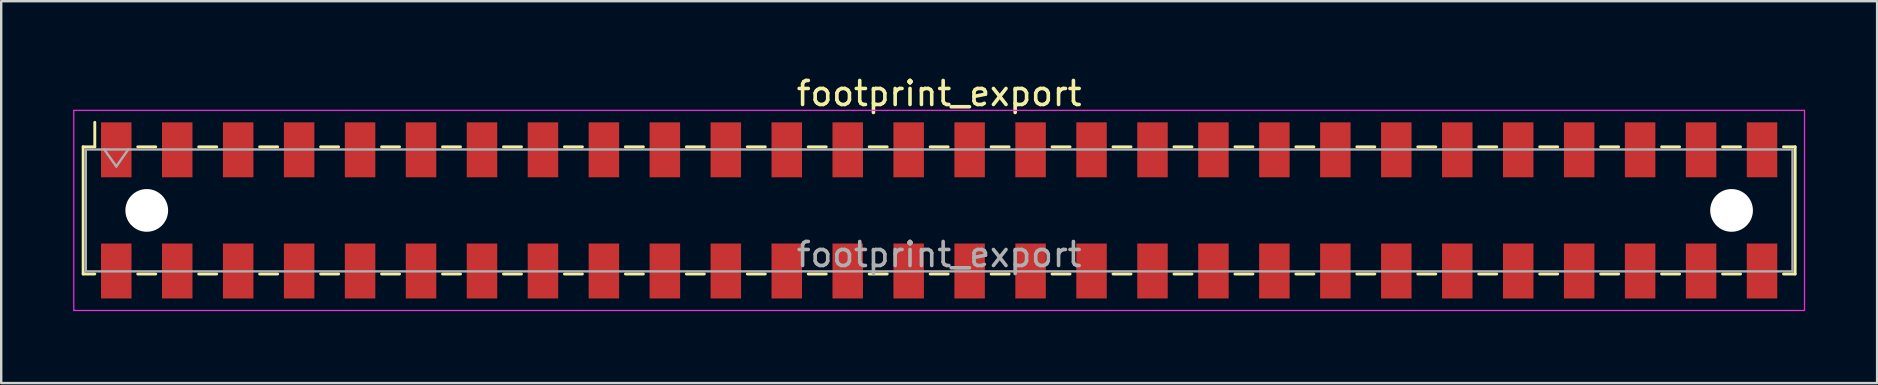
<source format=kicad_pcb>
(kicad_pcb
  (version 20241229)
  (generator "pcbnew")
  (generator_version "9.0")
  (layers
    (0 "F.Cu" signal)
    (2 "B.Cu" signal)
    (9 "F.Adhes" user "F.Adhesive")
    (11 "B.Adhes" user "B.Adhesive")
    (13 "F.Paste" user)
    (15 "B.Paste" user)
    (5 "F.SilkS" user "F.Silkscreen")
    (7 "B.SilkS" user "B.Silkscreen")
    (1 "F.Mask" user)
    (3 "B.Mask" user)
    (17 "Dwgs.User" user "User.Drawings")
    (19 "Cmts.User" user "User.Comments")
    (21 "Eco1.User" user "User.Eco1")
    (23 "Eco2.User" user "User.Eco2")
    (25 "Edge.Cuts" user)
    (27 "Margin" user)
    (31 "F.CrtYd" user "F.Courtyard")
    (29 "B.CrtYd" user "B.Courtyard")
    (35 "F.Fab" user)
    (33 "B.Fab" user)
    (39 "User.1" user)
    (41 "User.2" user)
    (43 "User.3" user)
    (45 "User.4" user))
  (footprint "footprint_export"
    (layer "F.Cu")
    (at 36.085 5.718)
    (property "Reference" "footprint_export" (at 0 -4.87 0) (layer "F.SilkS") (effects (font (size 1 1) (thickness 0.15))))
    (attr smd)
    (fp_line (start -35.67 -2.65) (end -35.67 2.65) (stroke (width 0.12) (type solid)) (layer "F.SilkS"))
    (fp_line (start -35.67 2.65) (end -35.185 2.65) (stroke (width 0.12) (type solid)) (layer "F.SilkS"))
    (fp_line (start -35.185 -3.67) (end -35.185 -2.65) (stroke (width 0.12) (type solid)) (layer "F.SilkS"))
    (fp_line (start -35.185 -2.65) (end -35.67 -2.65) (stroke (width 0.12) (type solid)) (layer "F.SilkS"))
    (fp_line (start -33.395 -2.65) (end -32.645 -2.65) (stroke (width 0.12) (type solid)) (layer "F.SilkS"))
    (fp_line (start -33.395 2.65) (end -32.645 2.65) (stroke (width 0.12) (type solid)) (layer "F.SilkS"))
    (fp_line (start -30.855 -2.65) (end -30.105 -2.65) (stroke (width 0.12) (type solid)) (layer "F.SilkS"))
    (fp_line (start -30.855 2.65) (end -30.105 2.65) (stroke (width 0.12) (type solid)) (layer "F.SilkS"))
    (fp_line (start -28.315 -2.65) (end -27.565 -2.65) (stroke (width 0.12) (type solid)) (layer "F.SilkS"))
    (fp_line (start -28.315 2.65) (end -27.565 2.65) (stroke (width 0.12) (type solid)) (layer "F.SilkS"))
    (fp_line (start -25.775 -2.65) (end -25.025 -2.65) (stroke (width 0.12) (type solid)) (layer "F.SilkS"))
    (fp_line (start -25.775 2.65) (end -25.025 2.65) (stroke (width 0.12) (type solid)) (layer "F.SilkS"))
    (fp_line (start -23.235 -2.65) (end -22.485 -2.65) (stroke (width 0.12) (type solid)) (layer "F.SilkS"))
    (fp_line (start -23.235 2.65) (end -22.485 2.65) (stroke (width 0.12) (type solid)) (layer "F.SilkS"))
    (fp_line (start -20.695 -2.65) (end -19.945 -2.65) (stroke (width 0.12) (type solid)) (layer "F.SilkS"))
    (fp_line (start -20.695 2.65) (end -19.945 2.65) (stroke (width 0.12) (type solid)) (layer "F.SilkS"))
    (fp_line (start -18.155 -2.65) (end -17.405 -2.65) (stroke (width 0.12) (type solid)) (layer "F.SilkS"))
    (fp_line (start -18.155 2.65) (end -17.405 2.65) (stroke (width 0.12) (type solid)) (layer "F.SilkS"))
    (fp_line (start -15.615 -2.65) (end -14.865 -2.65) (stroke (width 0.12) (type solid)) (layer "F.SilkS"))
    (fp_line (start -15.615 2.65) (end -14.865 2.65) (stroke (width 0.12) (type solid)) (layer "F.SilkS"))
    (fp_line (start -13.075 -2.65) (end -12.325 -2.65) (stroke (width 0.12) (type solid)) (layer "F.SilkS"))
    (fp_line (start -13.075 2.65) (end -12.325 2.65) (stroke (width 0.12) (type solid)) (layer "F.SilkS"))
    (fp_line (start -10.535 -2.65) (end -9.785 -2.65) (stroke (width 0.12) (type solid)) (layer "F.SilkS"))
    (fp_line (start -10.535 2.65) (end -9.785 2.65) (stroke (width 0.12) (type solid)) (layer "F.SilkS"))
    (fp_line (start -7.995 -2.65) (end -7.245 -2.65) (stroke (width 0.12) (type solid)) (layer "F.SilkS"))
    (fp_line (start -7.995 2.65) (end -7.245 2.65) (stroke (width 0.12) (type solid)) (layer "F.SilkS"))
    (fp_line (start -5.455 -2.65) (end -4.705 -2.65) (stroke (width 0.12) (type solid)) (layer "F.SilkS"))
    (fp_line (start -5.455 2.65) (end -4.705 2.65) (stroke (width 0.12) (type solid)) (layer "F.SilkS"))
    (fp_line (start -2.915 -2.65) (end -2.165 -2.65) (stroke (width 0.12) (type solid)) (layer "F.SilkS"))
    (fp_line (start -2.915 2.65) (end -2.165 2.65) (stroke (width 0.12) (type solid)) (layer "F.SilkS"))
    (fp_line (start -0.375 -2.65) (end 0.375 -2.65) (stroke (width 0.12) (type solid)) (layer "F.SilkS"))
    (fp_line (start -0.375 2.65) (end 0.375 2.65) (stroke (width 0.12) (type solid)) (layer "F.SilkS"))
    (fp_line (start 2.165 -2.65) (end 2.915 -2.65) (stroke (width 0.12) (type solid)) (layer "F.SilkS"))
    (fp_line (start 2.165 2.65) (end 2.915 2.65) (stroke (width 0.12) (type solid)) (layer "F.SilkS"))
    (fp_line (start 4.705 -2.65) (end 5.455 -2.65) (stroke (width 0.12) (type solid)) (layer "F.SilkS"))
    (fp_line (start 4.705 2.65) (end 5.455 2.65) (stroke (width 0.12) (type solid)) (layer "F.SilkS"))
    (fp_line (start 7.245 -2.65) (end 7.995 -2.65) (stroke (width 0.12) (type solid)) (layer "F.SilkS"))
    (fp_line (start 7.245 2.65) (end 7.995 2.65) (stroke (width 0.12) (type solid)) (layer "F.SilkS"))
    (fp_line (start 9.785 -2.65) (end 10.535 -2.65) (stroke (width 0.12) (type solid)) (layer "F.SilkS"))
    (fp_line (start 9.785 2.65) (end 10.535 2.65) (stroke (width 0.12) (type solid)) (layer "F.SilkS"))
    (fp_line (start 12.325 -2.65) (end 13.075 -2.65) (stroke (width 0.12) (type solid)) (layer "F.SilkS"))
    (fp_line (start 12.325 2.65) (end 13.075 2.65) (stroke (width 0.12) (type solid)) (layer "F.SilkS"))
    (fp_line (start 14.865 -2.65) (end 15.615 -2.65) (stroke (width 0.12) (type solid)) (layer "F.SilkS"))
    (fp_line (start 14.865 2.65) (end 15.615 2.65) (stroke (width 0.12) (type solid)) (layer "F.SilkS"))
    (fp_line (start 17.405 -2.65) (end 18.155 -2.65) (stroke (width 0.12) (type solid)) (layer "F.SilkS"))
    (fp_line (start 17.405 2.65) (end 18.155 2.65) (stroke (width 0.12) (type solid)) (layer "F.SilkS"))
    (fp_line (start 19.945 -2.65) (end 20.695 -2.65) (stroke (width 0.12) (type solid)) (layer "F.SilkS"))
    (fp_line (start 19.945 2.65) (end 20.695 2.65) (stroke (width 0.12) (type solid)) (layer "F.SilkS"))
    (fp_line (start 22.485 -2.65) (end 23.235 -2.65) (stroke (width 0.12) (type solid)) (layer "F.SilkS"))
    (fp_line (start 22.485 2.65) (end 23.235 2.65) (stroke (width 0.12) (type solid)) (layer "F.SilkS"))
    (fp_line (start 25.025 -2.65) (end 25.775 -2.65) (stroke (width 0.12) (type solid)) (layer "F.SilkS"))
    (fp_line (start 25.025 2.65) (end 25.775 2.65) (stroke (width 0.12) (type solid)) (layer "F.SilkS"))
    (fp_line (start 27.565 -2.65) (end 28.315 -2.65) (stroke (width 0.12) (type solid)) (layer "F.SilkS"))
    (fp_line (start 27.565 2.65) (end 28.315 2.65) (stroke (width 0.12) (type solid)) (layer "F.SilkS"))
    (fp_line (start 30.105 -2.65) (end 30.855 -2.65) (stroke (width 0.12) (type solid)) (layer "F.SilkS"))
    (fp_line (start 30.105 2.65) (end 30.855 2.65) (stroke (width 0.12) (type solid)) (layer "F.SilkS"))
    (fp_line (start 32.645 -2.65) (end 33.395 -2.65) (stroke (width 0.12) (type solid)) (layer "F.SilkS"))
    (fp_line (start 32.645 2.65) (end 33.395 2.65) (stroke (width 0.12) (type solid)) (layer "F.SilkS"))
    (fp_line (start 35.185 -2.65) (end 35.67 -2.65) (stroke (width 0.12) (type solid)) (layer "F.SilkS"))
    (fp_line (start 35.67 -2.65) (end 35.67 2.65) (stroke (width 0.12) (type solid)) (layer "F.SilkS"))
    (fp_line (start 35.67 2.65) (end 35.185 2.65) (stroke (width 0.12) (type solid)) (layer "F.SilkS"))
    (fp_line (start -36.06 -4.17) (end 36.06 -4.17) (stroke (width 0.05) (type solid)) (layer "F.CrtYd"))
    (fp_line (start -36.06 4.17) (end -36.06 -4.17) (stroke (width 0.05) (type solid)) (layer "F.CrtYd"))
    (fp_line (start 36.06 -4.17) (end 36.06 4.17) (stroke (width 0.05) (type solid)) (layer "F.CrtYd"))
    (fp_line (start 36.06 4.17) (end -36.06 4.17) (stroke (width 0.05) (type solid)) (layer "F.CrtYd"))
    (fp_line (start -35.56 -2.54) (end 35.56 -2.54) (stroke (width 0.1) (type solid)) (layer "F.Fab"))
    (fp_line (start -35.56 2.54) (end -35.56 -2.54) (stroke (width 0.1) (type solid)) (layer "F.Fab"))
    (fp_line (start -34.79 -2.54) (end -34.29 -1.833) (stroke (width 0.1) (type solid)) (layer "F.Fab"))
    (fp_line (start -34.29 -1.833) (end -33.79 -2.54) (stroke (width 0.1) (type solid)) (layer "F.Fab"))
    (fp_line (start 35.56 -2.54) (end 35.56 2.54) (stroke (width 0.1) (type solid)) (layer "F.Fab"))
    (fp_line (start 35.56 2.54) (end -35.56 2.54) (stroke (width 0.1) (type solid)) (layer "F.Fab"))
    (fp_text user "${REFERENCE}" (at 0 1.84 0) (layer "F.Fab") (effects (font (size 1 1) (thickness 0.15))))
    (pad "" np_thru_hole circle (at -33.02 0) (size 1.78 1.78) (drill 1.78) (layers "*.Cu" "*.Mask"))
    (pad "" np_thru_hole circle (at 33.02 0) (size 1.78 1.78) (drill 1.78) (layers "*.Cu" "*.Mask"))
    (pad "1" smd rect (at -34.29 -2.525) (size 1.27 2.29) (layers "F.Cu" "F.Mask" "F.Paste"))
    (pad "2" smd rect (at -34.29 2.525) (size 1.27 2.29) (layers "F.Cu" "F.Mask" "F.Paste"))
    (pad "3" smd rect (at -31.75 -2.525) (size 1.27 2.29) (layers "F.Cu" "F.Mask" "F.Paste"))
    (pad "4" smd rect (at -31.75 2.525) (size 1.27 2.29) (layers "F.Cu" "F.Mask" "F.Paste"))
    (pad "5" smd rect (at -29.21 -2.525) (size 1.27 2.29) (layers "F.Cu" "F.Mask" "F.Paste"))
    (pad "6" smd rect (at -29.21 2.525) (size 1.27 2.29) (layers "F.Cu" "F.Mask" "F.Paste"))
    (pad "7" smd rect (at -26.67 -2.525) (size 1.27 2.29) (layers "F.Cu" "F.Mask" "F.Paste"))
    (pad "8" smd rect (at -26.67 2.525) (size 1.27 2.29) (layers "F.Cu" "F.Mask" "F.Paste"))
    (pad "9" smd rect (at -24.13 -2.525) (size 1.27 2.29) (layers "F.Cu" "F.Mask" "F.Paste"))
    (pad "10" smd rect (at -24.13 2.525) (size 1.27 2.29) (layers "F.Cu" "F.Mask" "F.Paste"))
    (pad "11" smd rect (at -21.59 -2.525) (size 1.27 2.29) (layers "F.Cu" "F.Mask" "F.Paste"))
    (pad "12" smd rect (at -21.59 2.525) (size 1.27 2.29) (layers "F.Cu" "F.Mask" "F.Paste"))
    (pad "13" smd rect (at -19.05 -2.525) (size 1.27 2.29) (layers "F.Cu" "F.Mask" "F.Paste"))
    (pad "14" smd rect (at -19.05 2.525) (size 1.27 2.29) (layers "F.Cu" "F.Mask" "F.Paste"))
    (pad "15" smd rect (at -16.51 -2.525) (size 1.27 2.29) (layers "F.Cu" "F.Mask" "F.Paste"))
    (pad "16" smd rect (at -16.51 2.525) (size 1.27 2.29) (layers "F.Cu" "F.Mask" "F.Paste"))
    (pad "17" smd rect (at -13.97 -2.525) (size 1.27 2.29) (layers "F.Cu" "F.Mask" "F.Paste"))
    (pad "18" smd rect (at -13.97 2.525) (size 1.27 2.29) (layers "F.Cu" "F.Mask" "F.Paste"))
    (pad "19" smd rect (at -11.43 -2.525) (size 1.27 2.29) (layers "F.Cu" "F.Mask" "F.Paste"))
    (pad "20" smd rect (at -11.43 2.525) (size 1.27 2.29) (layers "F.Cu" "F.Mask" "F.Paste"))
    (pad "21" smd rect (at -8.89 -2.525) (size 1.27 2.29) (layers "F.Cu" "F.Mask" "F.Paste"))
    (pad "22" smd rect (at -8.89 2.525) (size 1.27 2.29) (layers "F.Cu" "F.Mask" "F.Paste"))
    (pad "23" smd rect (at -6.35 -2.525) (size 1.27 2.29) (layers "F.Cu" "F.Mask" "F.Paste"))
    (pad "24" smd rect (at -6.35 2.525) (size 1.27 2.29) (layers "F.Cu" "F.Mask" "F.Paste"))
    (pad "25" smd rect (at -3.81 -2.525) (size 1.27 2.29) (layers "F.Cu" "F.Mask" "F.Paste"))
    (pad "26" smd rect (at -3.81 2.525) (size 1.27 2.29) (layers "F.Cu" "F.Mask" "F.Paste"))
    (pad "27" smd rect (at -1.27 -2.525) (size 1.27 2.29) (layers "F.Cu" "F.Mask" "F.Paste"))
    (pad "28" smd rect (at -1.27 2.525) (size 1.27 2.29) (layers "F.Cu" "F.Mask" "F.Paste"))
    (pad "29" smd rect (at 1.27 -2.525) (size 1.27 2.29) (layers "F.Cu" "F.Mask" "F.Paste"))
    (pad "30" smd rect (at 1.27 2.525) (size 1.27 2.29) (layers "F.Cu" "F.Mask" "F.Paste"))
    (pad "31" smd rect (at 3.81 -2.525) (size 1.27 2.29) (layers "F.Cu" "F.Mask" "F.Paste"))
    (pad "32" smd rect (at 3.81 2.525) (size 1.27 2.29) (layers "F.Cu" "F.Mask" "F.Paste"))
    (pad "33" smd rect (at 6.35 -2.525) (size 1.27 2.29) (layers "F.Cu" "F.Mask" "F.Paste"))
    (pad "34" smd rect (at 6.35 2.525) (size 1.27 2.29) (layers "F.Cu" "F.Mask" "F.Paste"))
    (pad "35" smd rect (at 8.89 -2.525) (size 1.27 2.29) (layers "F.Cu" "F.Mask" "F.Paste"))
    (pad "36" smd rect (at 8.89 2.525) (size 1.27 2.29) (layers "F.Cu" "F.Mask" "F.Paste"))
    (pad "37" smd rect (at 11.43 -2.525) (size 1.27 2.29) (layers "F.Cu" "F.Mask" "F.Paste"))
    (pad "38" smd rect (at 11.43 2.525) (size 1.27 2.29) (layers "F.Cu" "F.Mask" "F.Paste"))
    (pad "39" smd rect (at 13.97 -2.525) (size 1.27 2.29) (layers "F.Cu" "F.Mask" "F.Paste"))
    (pad "40" smd rect (at 13.97 2.525) (size 1.27 2.29) (layers "F.Cu" "F.Mask" "F.Paste"))
    (pad "41" smd rect (at 16.51 -2.525) (size 1.27 2.29) (layers "F.Cu" "F.Mask" "F.Paste"))
    (pad "42" smd rect (at 16.51 2.525) (size 1.27 2.29) (layers "F.Cu" "F.Mask" "F.Paste"))
    (pad "43" smd rect (at 19.05 -2.525) (size 1.27 2.29) (layers "F.Cu" "F.Mask" "F.Paste"))
    (pad "44" smd rect (at 19.05 2.525) (size 1.27 2.29) (layers "F.Cu" "F.Mask" "F.Paste"))
    (pad "45" smd rect (at 21.59 -2.525) (size 1.27 2.29) (layers "F.Cu" "F.Mask" "F.Paste"))
    (pad "46" smd rect (at 21.59 2.525) (size 1.27 2.29) (layers "F.Cu" "F.Mask" "F.Paste"))
    (pad "47" smd rect (at 24.13 -2.525) (size 1.27 2.29) (layers "F.Cu" "F.Mask" "F.Paste"))
    (pad "48" smd rect (at 24.13 2.525) (size 1.27 2.29) (layers "F.Cu" "F.Mask" "F.Paste"))
    (pad "49" smd rect (at 26.67 -2.525) (size 1.27 2.29) (layers "F.Cu" "F.Mask" "F.Paste"))
    (pad "50" smd rect (at 26.67 2.525) (size 1.27 2.29) (layers "F.Cu" "F.Mask" "F.Paste"))
    (pad "51" smd rect (at 29.21 -2.525) (size 1.27 2.29) (layers "F.Cu" "F.Mask" "F.Paste"))
    (pad "52" smd rect (at 29.21 2.525) (size 1.27 2.29) (layers "F.Cu" "F.Mask" "F.Paste"))
    (pad "53" smd rect (at 31.75 -2.525) (size 1.27 2.29) (layers "F.Cu" "F.Mask" "F.Paste"))
    (pad "54" smd rect (at 31.75 2.525) (size 1.27 2.29) (layers "F.Cu" "F.Mask" "F.Paste"))
    (pad "55" smd rect (at 34.29 -2.525) (size 1.27 2.29) (layers "F.Cu" "F.Mask" "F.Paste"))
    (pad "56" smd rect (at 34.29 2.525) (size 1.27 2.29) (layers "F.Cu" "F.Mask" "F.Paste")))
  (gr_rect
    (start -3 -3)
    (end 75.17 12.913)
    (stroke (width 0.1) (type default))
    (fill no)
    (layer "Edge.Cuts")))
</source>
